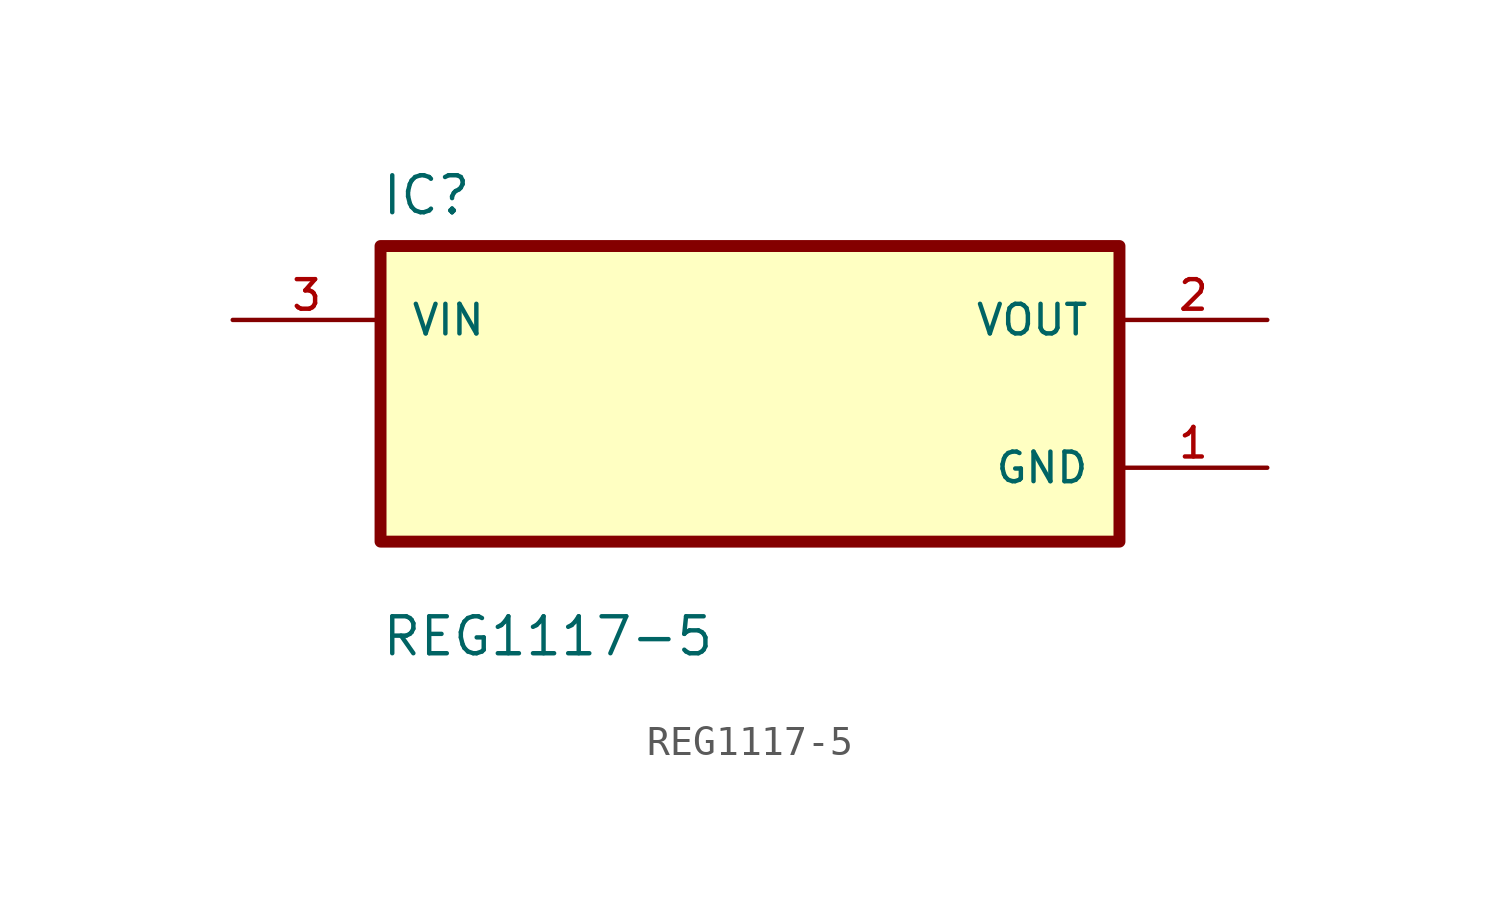
<source format=kicad_sym>
(kicad_symbol_lib
  (version 20241209)
  (generator "kicad_symbol_editor")
  (generator_version "9.0")
  (symbol "REG1117-5"
    (pin_names
      (offset 1.016))
    (property "Reference" "IC"
      (at -12.7 6.08 0)
      (effects (font (size 1.27 1.27)) (justify left bottom)))
    (property "Value" "REG1117-5"
      (at -12.7 -9.08 0)
      (effects (font (size 1.27 1.27)) (justify left bottom)))
    (symbol "REG1117-5_0_0"
      (rectangle (start -12.7 -5.08) (end 12.7 5.08) (stroke (width 0.41) (type default)) (fill (type background)))
      (pin power_in line (at 17.78 -2.54 180) (length 5.08) (name "GND" (effects (font (size 1.016 1.016)))) (number "1" (effects (font (size 1.016 1.016))))))
    (symbol "REG1117-5_1_0"
      (pin power_in line (at -17.78 2.54 0) (length 5.08) (name "VIN" (effects (font (size 1.016 1.016)))) (number "3" (effects (font (size 1.016 1.016)))))
      (pin power_out line (at 17.78 2.54 180) (length 5.08) (name "VOUT" (effects (font (size 1.016 1.016)))) (number "2" (effects (font (size 1.016 1.016))))))))
</source>
